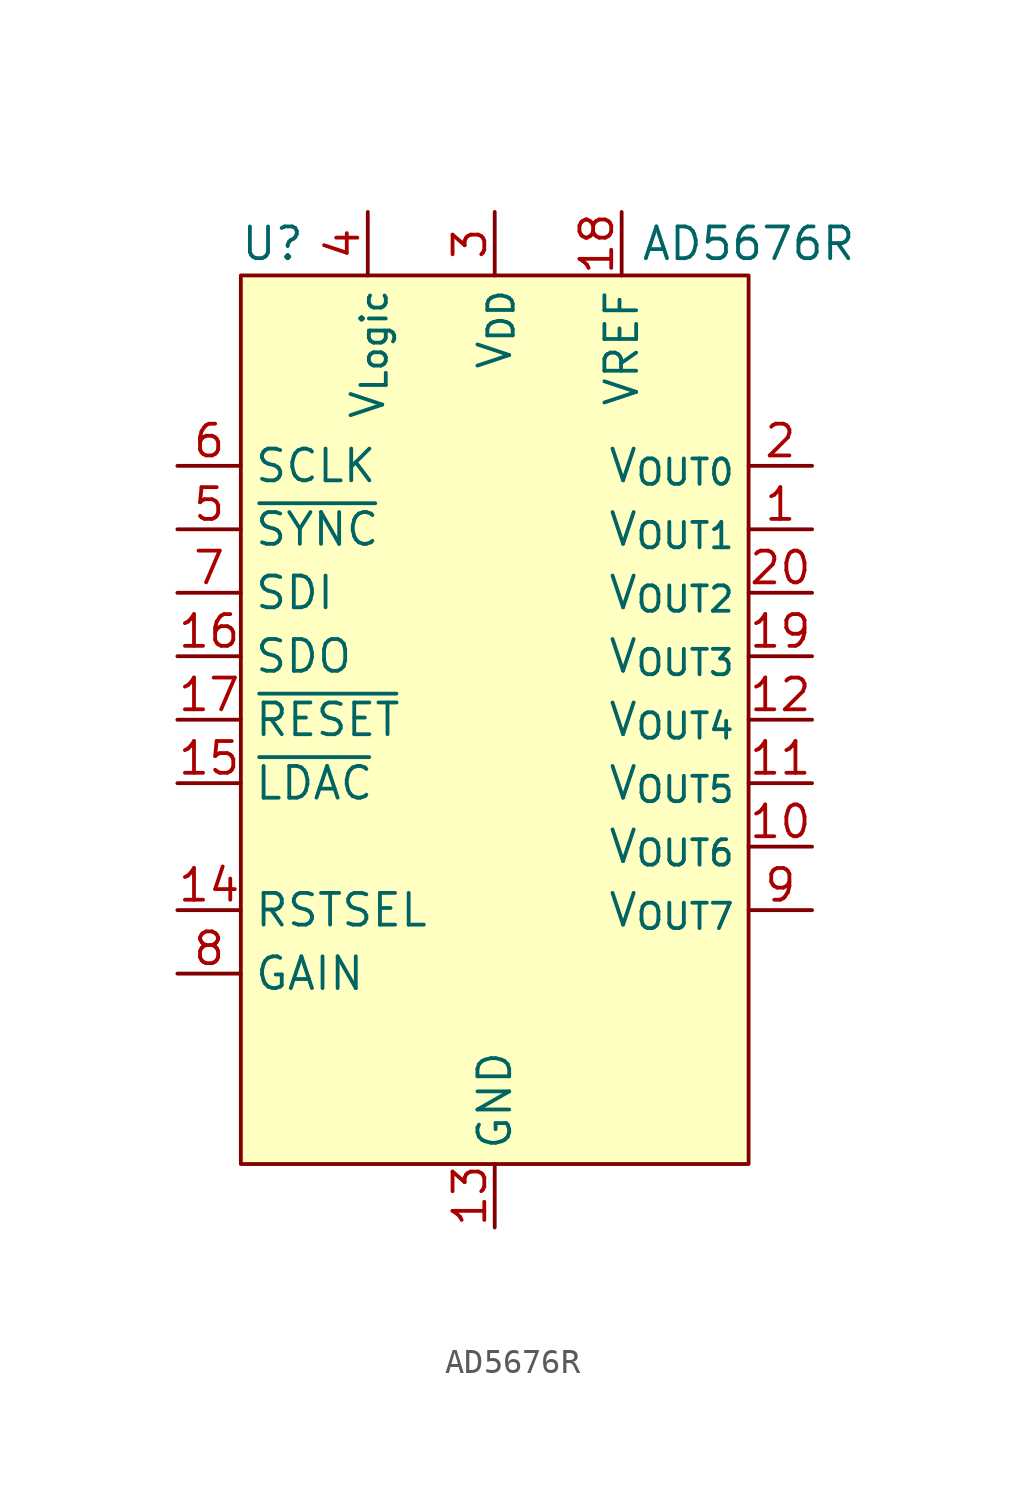
<source format=kicad_sym>
(kicad_symbol_lib
  (version 20220914)
  (generator kicad_symbol_editor)
  (symbol "AD5676R"
    (property "Reference" "U"
      (at -8.89 21.59 0)
      (effects (font (size 1.27 1.27))))
    (property "Value" "AD5676R"
      (at 10.16 21.59 0)
      (effects (font (size 1.27 1.27))))
    (symbol "AD5676R_0_1"
      (rectangle (start -10.16 20.32) (end 10.16 -15.24) (stroke (width 0.152) (type default)) (fill (type background))))
    (symbol "AD5676R_1_0"
      (pin output line (at 12.7 10.16 180) (length 2.54) (name "V_{OUT1}" (effects (font (size 1.27 1.27)))) (number "1" (effects (font (size 1.27 1.27)))))
      (pin output line (at 12.7 -2.54 180) (length 2.54) (name "V_{OUT6}" (effects (font (size 1.27 1.27)))) (number "10" (effects (font (size 1.27 1.27)))))
      (pin output line (at 12.7 0 180) (length 2.54) (name "V_{OUT5}" (effects (font (size 1.27 1.27)))) (number "11" (effects (font (size 1.27 1.27)))))
      (pin output line (at 12.7 2.54 180) (length 2.54) (name "V_{OUT4}" (effects (font (size 1.27 1.27)))) (number "12" (effects (font (size 1.27 1.27)))))
      (pin power_in line (at 0 -17.78 90) (length 2.54) (name "GND" (effects (font (size 1.27 1.27)))) (number "13" (effects (font (size 1.27 1.27)))))
      (pin input line (at -12.7 -5.08 0) (length 2.54) (name "RSTSEL" (effects (font (size 1.27 1.27)))) (number "14" (effects (font (size 1.27 1.27)))))
      (pin input line (at -12.7 0 0) (length 2.54) (name "~{LDAC}" (effects (font (size 1.27 1.27)))) (number "15" (effects (font (size 1.27 1.27)))))
      (pin output line (at -12.7 5.08 0) (length 2.54) (name "SDO" (effects (font (size 1.27 1.27)))) (number "16" (effects (font (size 1.27 1.27)))))
      (pin input line (at -12.7 2.54 0) (length 2.54) (name "~{RESET}" (effects (font (size 1.27 1.27)))) (number "17" (effects (font (size 1.27 1.27)))))
      (pin bidirectional line (at 5.08 22.86 270) (length 2.54) (name "VREF" (effects (font (size 1.27 1.27)))) (number "18" (effects (font (size 1.27 1.27)))))
      (pin output line (at 12.7 5.08 180) (length 2.54) (name "V_{OUT3}" (effects (font (size 1.27 1.27)))) (number "19" (effects (font (size 1.27 1.27)))))
      (pin output line (at 12.7 12.7 180) (length 2.54) (name "V_{OUT0}" (effects (font (size 1.27 1.27)))) (number "2" (effects (font (size 1.27 1.27)))))
      (pin output line (at 12.7 7.62 180) (length 2.54) (name "V_{OUT2}" (effects (font (size 1.27 1.27)))) (number "20" (effects (font (size 1.27 1.27)))))
      (pin power_in line (at 0 22.86 270) (length 2.54) (name "V_{DD}" (effects (font (size 1.27 1.27)))) (number "3" (effects (font (size 1.27 1.27)))))
      (pin power_in line (at -5.08 22.86 270) (length 2.54) (name "V_{Logic}" (effects (font (size 1.27 1.27)))) (number "4" (effects (font (size 1.27 1.27)))))
      (pin input line (at -12.7 10.16 0) (length 2.54) (name "~{SYNC}" (effects (font (size 1.27 1.27)))) (number "5" (effects (font (size 1.27 1.27)))))
      (pin input line (at -12.7 12.7 0) (length 2.54) (name "SCLK" (effects (font (size 1.27 1.27)))) (number "6" (effects (font (size 1.27 1.27)))))
      (pin input line (at -12.7 7.62 0) (length 2.54) (name "SDI" (effects (font (size 1.27 1.27)))) (number "7" (effects (font (size 1.27 1.27)))))
      (pin input line (at -12.7 -7.62 0) (length 2.54) (name "GAIN" (effects (font (size 1.27 1.27)))) (number "8" (effects (font (size 1.27 1.27)))))
      (pin output line (at 12.7 -5.08 180) (length 2.54) (name "V_{OUT7}" (effects (font (size 1.27 1.27)))) (number "9" (effects (font (size 1.27 1.27))))))))
</source>
